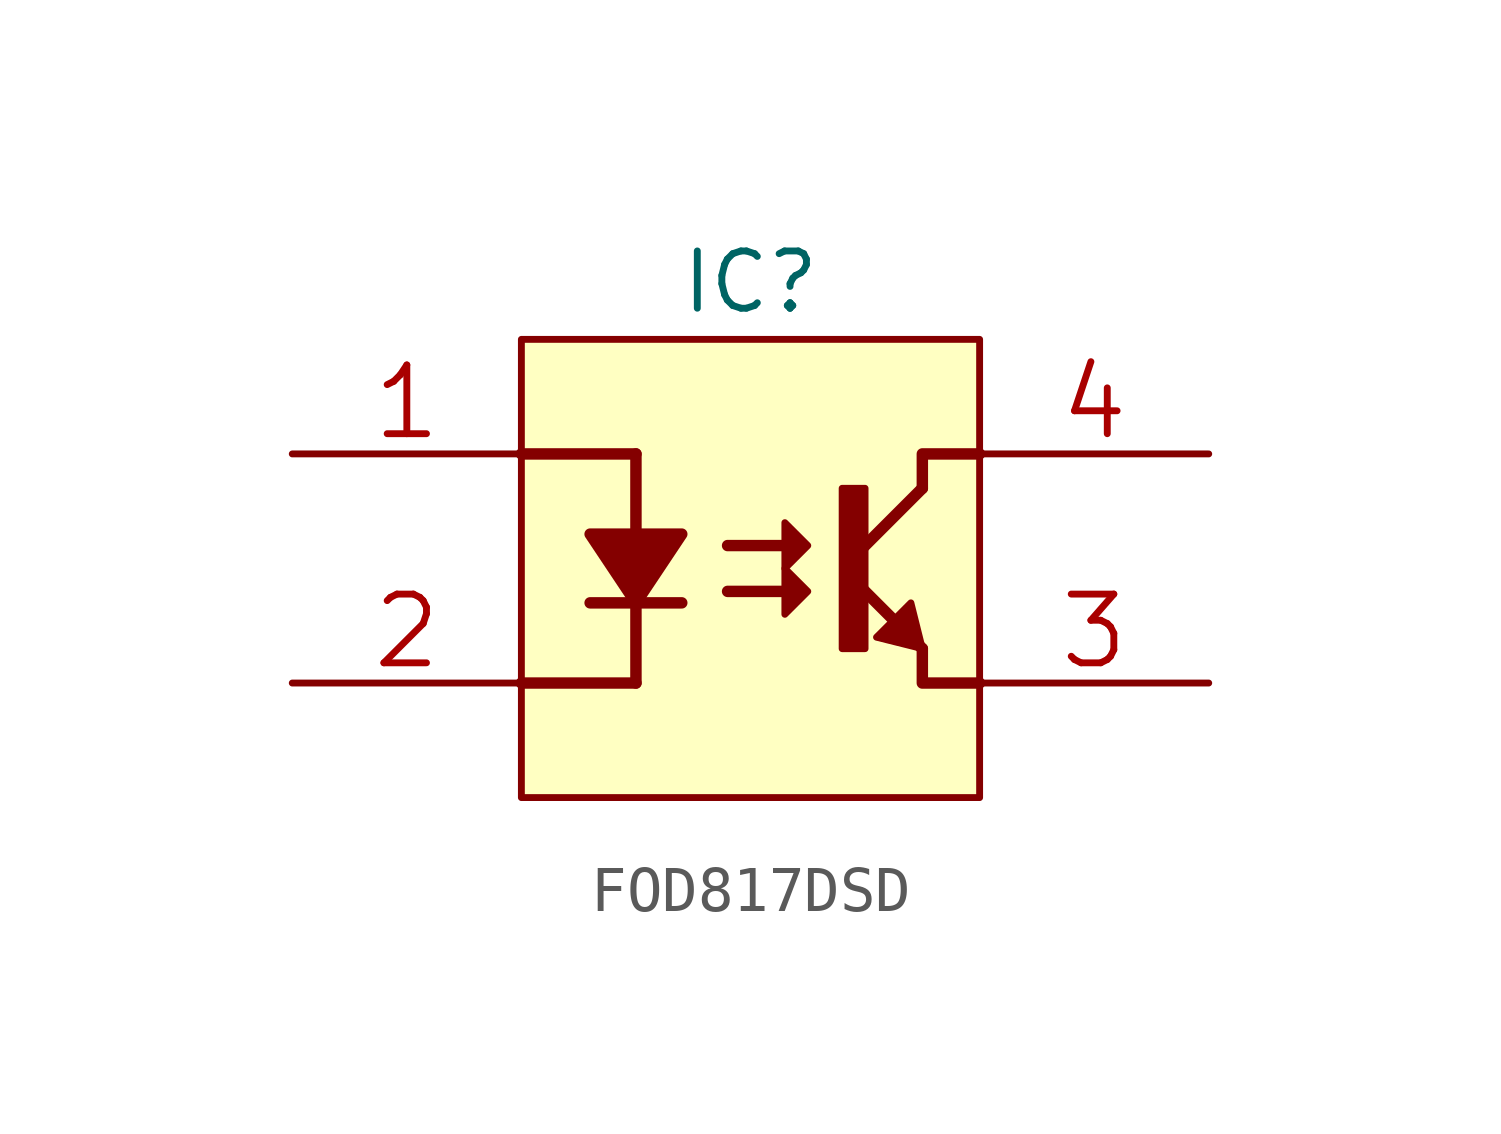
<source format=kicad_sym>
(kicad_symbol_lib
  (version 20211014)
  (generator kicad_symbol_editor)
  (symbol "FOD817DSD"
    (pin_names
      (offset 1.27))
    (property "Reference" "IC"
      (at 5.08 1.27 0)
      (effects (font (size 1.27 1.27))))
    (property "ki_locked" ""
      (at 0 0 0)
      (effects (font (size 1.27 1.27))))
    (symbol "FOD817DSD_0_1"
      (rectangle (start 0 -10.16) (end 10.16 0) (stroke (width 0) (type default) (color 0 0 0 0)) (fill (type background)))
      (polyline (pts (xy 0 -7.62) (xy 2.54 -7.62)) (stroke (width 0.254) (type default) (color 0 0 0 0)) (fill (type none)))
      (polyline (pts (xy 0 -2.54) (xy 2.54 -2.54)) (stroke (width 0.254) (type default) (color 0 0 0 0)) (fill (type none)))
      (polyline (pts (xy 2.54 -2.54) (xy 2.54 -7.62)) (stroke (width 0.254) (type default) (color 0 0 0 0)) (fill (type none)))
      (polyline (pts (xy 3.556 -5.842) (xy 1.524 -5.842)) (stroke (width 0.254) (type default) (color 0 0 0 0)) (fill (type none)))
      (polyline (pts (xy 4.572 -5.588) (xy 5.842 -5.588)) (stroke (width 0.254) (type default) (color 0 0 0 0)) (fill (type none)))
      (polyline (pts (xy 4.572 -4.572) (xy 5.842 -4.572)) (stroke (width 0.254) (type default) (color 0 0 0 0)) (fill (type none)))
      (polyline (pts (xy 7.366 -5.334) (xy 8.89 -6.858)) (stroke (width 0.254) (type default) (color 0 0 0 0)) (fill (type none)))
      (polyline (pts (xy 7.366 -4.826) (xy 8.89 -3.302)) (stroke (width 0.254) (type default) (color 0 0 0 0)) (fill (type none)))
      (polyline (pts (xy 10.16 -7.62) (xy 8.89 -7.62) (xy 8.89 -6.858)) (stroke (width 0.254) (type default) (color 0 0 0 0)) (fill (type none)))
      (polyline (pts (xy 10.16 -2.54) (xy 8.89 -2.54) (xy 8.89 -3.302)) (stroke (width 0.254) (type default) (color 0 0 0 0)) (fill (type none)))
      (polyline (pts (xy 1.524 -4.318) (xy 2.54 -5.842) (xy 3.556 -4.318) (xy 1.524 -4.318)) (stroke (width 0.254) (type default) (color 0 0 0 0)) (fill (type outline)))
      (polyline (pts (xy 5.842 -5.08) (xy 5.842 -6.096) (xy 6.35 -5.588) (xy 5.842 -5.08)) (stroke (width 0) (type default) (color 0 0 0 0)) (fill (type outline)))
      (polyline (pts (xy 5.842 -4.064) (xy 5.842 -5.08) (xy 6.35 -4.572) (xy 5.842 -4.064)) (stroke (width 0) (type default) (color 0 0 0 0)) (fill (type outline)))
      (polyline (pts (xy 8.636 -5.842) (xy 7.874 -6.604) (xy 8.89 -6.858) (xy 8.636 -5.842)) (stroke (width 0) (type default) (color 0 0 0 0)) (fill (type outline)))
      (polyline (pts (xy 7.112 -6.858) (xy 7.62 -6.858) (xy 7.62 -3.302) (xy 7.112 -3.302) (xy 7.112 -6.858)) (stroke (width 0) (type default) (color 0 0 0 0)) (fill (type outline)))
      (pin input line (at -5.08 -2.54 0) (length 5.08) (name "A" (effects (font (size 0 0)))) (number "1" (effects (font (size 1.524 1.524)))))
      (pin input line (at -5.08 -7.62 0) (length 5.08) (name "C" (effects (font (size 0 0)))) (number "2" (effects (font (size 1.524 1.524)))))
      (pin open_emitter line (at 15.24 -7.62 180) (length 5.08) (name "E" (effects (font (size 0 0)))) (number "3" (effects (font (size 1.524 1.524)))))
      (pin open_collector line (at 15.24 -2.54 180) (length 5.08) (name "C" (effects (font (size 0 0)))) (number "4" (effects (font (size 1.524 1.524))))))))
</source>
